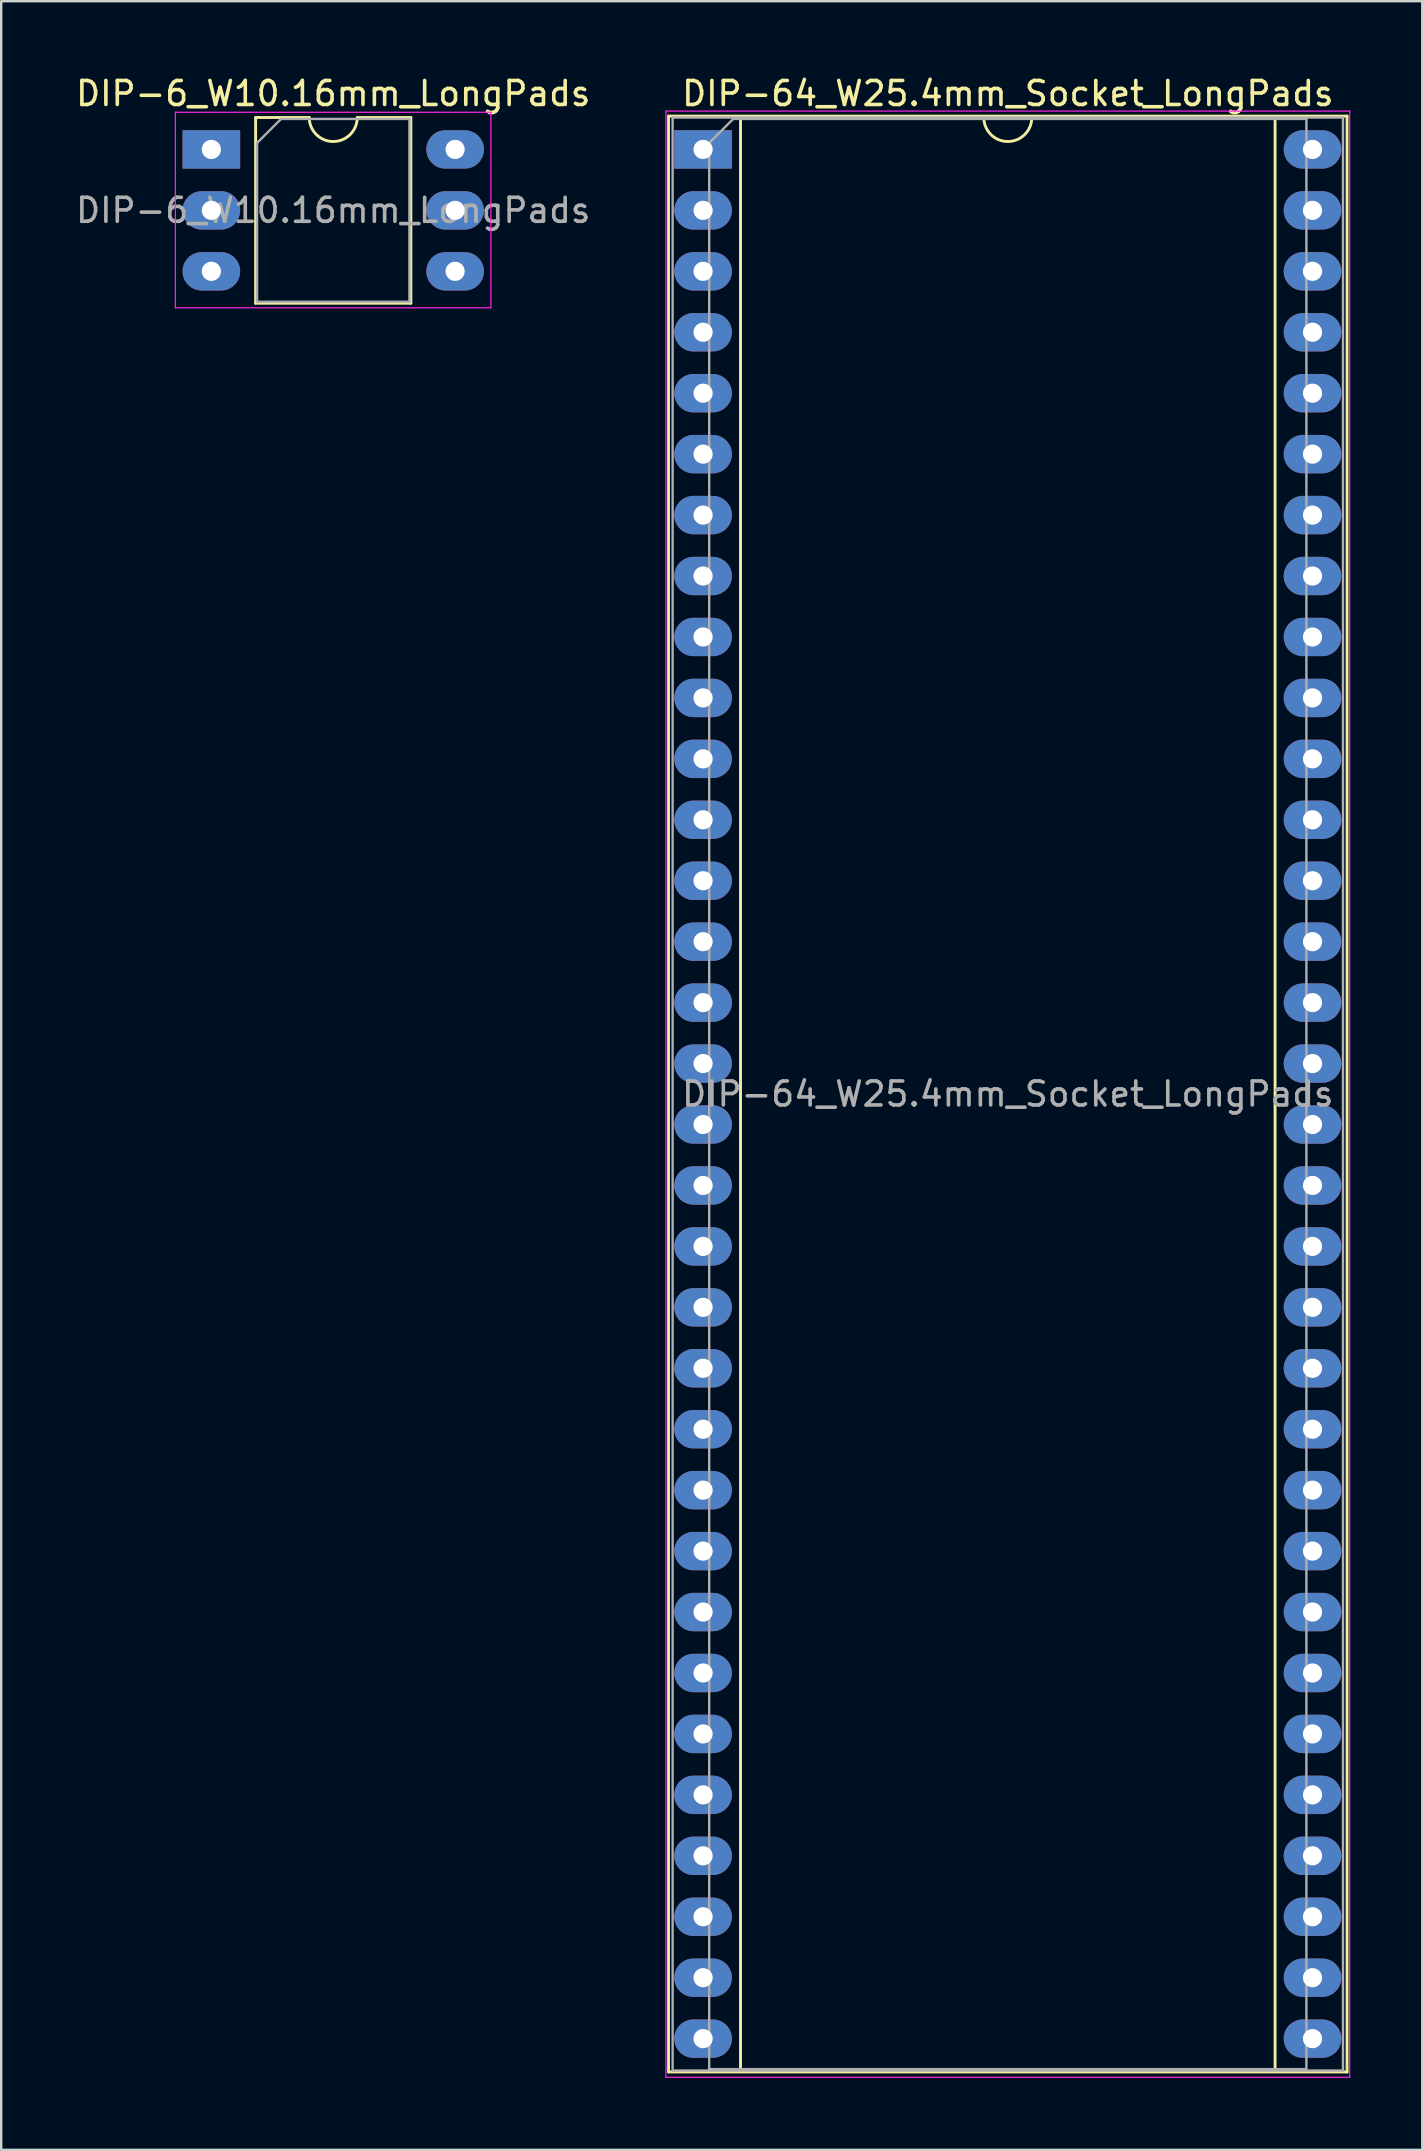
<source format=kicad_pcb>
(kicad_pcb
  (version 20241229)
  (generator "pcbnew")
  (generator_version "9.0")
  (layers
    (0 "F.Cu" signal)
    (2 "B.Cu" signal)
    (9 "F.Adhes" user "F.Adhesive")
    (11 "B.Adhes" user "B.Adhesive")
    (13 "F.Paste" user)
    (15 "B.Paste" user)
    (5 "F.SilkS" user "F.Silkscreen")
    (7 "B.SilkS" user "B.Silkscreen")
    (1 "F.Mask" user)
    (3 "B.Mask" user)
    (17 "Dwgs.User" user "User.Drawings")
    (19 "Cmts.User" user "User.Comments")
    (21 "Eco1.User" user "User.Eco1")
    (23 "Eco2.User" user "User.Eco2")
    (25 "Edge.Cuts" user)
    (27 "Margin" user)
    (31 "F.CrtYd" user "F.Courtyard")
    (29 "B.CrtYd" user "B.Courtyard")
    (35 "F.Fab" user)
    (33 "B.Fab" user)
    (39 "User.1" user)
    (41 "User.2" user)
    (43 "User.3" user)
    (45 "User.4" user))
  (footprint "DIP-6_W10.16mm_LongPads"
    (layer "F.Cu")
    (at 5.759 3.178)
    (property "Reference" "DIP-6_W10.16mm_LongPads" (at 5.08 -2.33 0) (layer "F.SilkS") (effects (font (size 1 1) (thickness 0.15))))
    (attr through_hole)
    (fp_line (start 1.845 -1.33) (end 1.845 6.41) (stroke (width 0.12) (type solid)) (layer "F.SilkS"))
    (fp_line (start 1.845 6.41) (end 8.315 6.41) (stroke (width 0.12) (type solid)) (layer "F.SilkS"))
    (fp_line (start 4.08 -1.33) (end 1.845 -1.33) (stroke (width 0.12) (type solid)) (layer "F.SilkS"))
    (fp_line (start 8.315 -1.33) (end 6.08 -1.33) (stroke (width 0.12) (type solid)) (layer "F.SilkS"))
    (fp_line (start 8.315 6.41) (end 8.315 -1.33) (stroke (width 0.12) (type solid)) (layer "F.SilkS"))
    (fp_arc (start 6.08 -1.33) (mid 5.08 -0.33) (end 4.08 -1.33) (stroke (width 0.12) (type solid)) (layer "F.SilkS"))
    (fp_line (start -1.5 -1.55) (end -1.5 6.6) (stroke (width 0.05) (type solid)) (layer "F.CrtYd"))
    (fp_line (start -1.5 6.6) (end 11.65 6.6) (stroke (width 0.05) (type solid)) (layer "F.CrtYd"))
    (fp_line (start 11.65 -1.55) (end -1.5 -1.55) (stroke (width 0.05) (type solid)) (layer "F.CrtYd"))
    (fp_line (start 11.65 6.6) (end 11.65 -1.55) (stroke (width 0.05) (type solid)) (layer "F.CrtYd"))
    (fp_line (start 1.905 -0.27) (end 2.905 -1.27) (stroke (width 0.1) (type solid)) (layer "F.Fab"))
    (fp_line (start 1.905 6.35) (end 1.905 -0.27) (stroke (width 0.1) (type solid)) (layer "F.Fab"))
    (fp_line (start 2.905 -1.27) (end 8.255 -1.27) (stroke (width 0.1) (type solid)) (layer "F.Fab"))
    (fp_line (start 8.255 -1.27) (end 8.255 6.35) (stroke (width 0.1) (type solid)) (layer "F.Fab"))
    (fp_line (start 8.255 6.35) (end 1.905 6.35) (stroke (width 0.1) (type solid)) (layer "F.Fab"))
    (fp_text user "${REFERENCE}" (at 5.08 2.54 0) (layer "F.Fab") (effects (font (size 1 1) (thickness 0.15))))
    (pad "1" thru_hole rect (at 0 0) (size 2.4 1.6) (drill 0.8) (layers "*.Cu" "*.Mask"))
    (pad "2" thru_hole oval (at 0 2.54) (size 2.4 1.6) (drill 0.8) (layers "*.Cu" "*.Mask"))
    (pad "3" thru_hole oval (at 0 5.08) (size 2.4 1.6) (drill 0.8) (layers "*.Cu" "*.Mask"))
    (pad "4" thru_hole oval (at 10.16 5.08) (size 2.4 1.6) (drill 0.8) (layers "*.Cu" "*.Mask"))
    (pad "5" thru_hole oval (at 10.16 2.54) (size 2.4 1.6) (drill 0.8) (layers "*.Cu" "*.Mask"))
    (pad "6" thru_hole oval (at 10.16 0) (size 2.4 1.6) (drill 0.8) (layers "*.Cu" "*.Mask")))
  (footprint "DIP-64_W25.4mm_Socket_LongPads"
    (layer "F.Cu")
    (at 26.254 3.178)
    (property "Reference" "DIP-64_W25.4mm_Socket_LongPads" (at 12.7 -2.33 0) (layer "F.SilkS") (effects (font (size 1 1) (thickness 0.15))))
    (attr through_hole)
    (fp_line (start -1.44 -1.39) (end -1.44 80.13) (stroke (width 0.12) (type solid)) (layer "F.SilkS"))
    (fp_line (start -1.44 80.13) (end 26.84 80.13) (stroke (width 0.12) (type solid)) (layer "F.SilkS"))
    (fp_line (start 1.56 -1.33) (end 1.56 80.07) (stroke (width 0.12) (type solid)) (layer "F.SilkS"))
    (fp_line (start 1.56 80.07) (end 23.84 80.07) (stroke (width 0.12) (type solid)) (layer "F.SilkS"))
    (fp_line (start 11.7 -1.33) (end 1.56 -1.33) (stroke (width 0.12) (type solid)) (layer "F.SilkS"))
    (fp_line (start 23.84 -1.33) (end 13.7 -1.33) (stroke (width 0.12) (type solid)) (layer "F.SilkS"))
    (fp_line (start 23.84 80.07) (end 23.84 -1.33) (stroke (width 0.12) (type solid)) (layer "F.SilkS"))
    (fp_line (start 26.84 -1.39) (end -1.44 -1.39) (stroke (width 0.12) (type solid)) (layer "F.SilkS"))
    (fp_line (start 26.84 80.13) (end 26.84 -1.39) (stroke (width 0.12) (type solid)) (layer "F.SilkS"))
    (fp_arc (start 13.7 -1.33) (mid 12.7 -0.33) (end 11.7 -1.33) (stroke (width 0.12) (type solid)) (layer "F.SilkS"))
    (fp_line (start -1.55 -1.6) (end -1.55 80.35) (stroke (width 0.05) (type solid)) (layer "F.CrtYd"))
    (fp_line (start -1.55 80.35) (end 26.95 80.35) (stroke (width 0.05) (type solid)) (layer "F.CrtYd"))
    (fp_line (start 26.95 -1.6) (end -1.55 -1.6) (stroke (width 0.05) (type solid)) (layer "F.CrtYd"))
    (fp_line (start 26.95 80.35) (end 26.95 -1.6) (stroke (width 0.05) (type solid)) (layer "F.CrtYd"))
    (fp_line (start -1.27 -1.33) (end -1.27 80.07) (stroke (width 0.1) (type solid)) (layer "F.Fab"))
    (fp_line (start -1.27 80.07) (end 26.67 80.07) (stroke (width 0.1) (type solid)) (layer "F.Fab"))
    (fp_line (start 0.255 -0.27) (end 1.255 -1.27) (stroke (width 0.1) (type solid)) (layer "F.Fab"))
    (fp_line (start 0.255 80.01) (end 0.255 -0.27) (stroke (width 0.1) (type solid)) (layer "F.Fab"))
    (fp_line (start 1.255 -1.27) (end 25.145 -1.27) (stroke (width 0.1) (type solid)) (layer "F.Fab"))
    (fp_line (start 25.145 -1.27) (end 25.145 80.01) (stroke (width 0.1) (type solid)) (layer "F.Fab"))
    (fp_line (start 25.145 80.01) (end 0.255 80.01) (stroke (width 0.1) (type solid)) (layer "F.Fab"))
    (fp_line (start 26.67 -1.33) (end -1.27 -1.33) (stroke (width 0.1) (type solid)) (layer "F.Fab"))
    (fp_line (start 26.67 80.07) (end 26.67 -1.33) (stroke (width 0.1) (type solid)) (layer "F.Fab"))
    (fp_text user "${REFERENCE}" (at 12.7 39.37 0) (layer "F.Fab") (effects (font (size 1 1) (thickness 0.15))))
    (pad "1" thru_hole rect (at 0 0) (size 2.4 1.6) (drill 0.8) (layers "*.Cu" "*.Mask"))
    (pad "2" thru_hole oval (at 0 2.54) (size 2.4 1.6) (drill 0.8) (layers "*.Cu" "*.Mask"))
    (pad "3" thru_hole oval (at 0 5.08) (size 2.4 1.6) (drill 0.8) (layers "*.Cu" "*.Mask"))
    (pad "4" thru_hole oval (at 0 7.62) (size 2.4 1.6) (drill 0.8) (layers "*.Cu" "*.Mask"))
    (pad "5" thru_hole oval (at 0 10.16) (size 2.4 1.6) (drill 0.8) (layers "*.Cu" "*.Mask"))
    (pad "6" thru_hole oval (at 0 12.7) (size 2.4 1.6) (drill 0.8) (layers "*.Cu" "*.Mask"))
    (pad "7" thru_hole oval (at 0 15.24) (size 2.4 1.6) (drill 0.8) (layers "*.Cu" "*.Mask"))
    (pad "8" thru_hole oval (at 0 17.78) (size 2.4 1.6) (drill 0.8) (layers "*.Cu" "*.Mask"))
    (pad "9" thru_hole oval (at 0 20.32) (size 2.4 1.6) (drill 0.8) (layers "*.Cu" "*.Mask"))
    (pad "10" thru_hole oval (at 0 22.86) (size 2.4 1.6) (drill 0.8) (layers "*.Cu" "*.Mask"))
    (pad "11" thru_hole oval (at 0 25.4) (size 2.4 1.6) (drill 0.8) (layers "*.Cu" "*.Mask"))
    (pad "12" thru_hole oval (at 0 27.94) (size 2.4 1.6) (drill 0.8) (layers "*.Cu" "*.Mask"))
    (pad "13" thru_hole oval (at 0 30.48) (size 2.4 1.6) (drill 0.8) (layers "*.Cu" "*.Mask"))
    (pad "14" thru_hole oval (at 0 33.02) (size 2.4 1.6) (drill 0.8) (layers "*.Cu" "*.Mask"))
    (pad "15" thru_hole oval (at 0 35.56) (size 2.4 1.6) (drill 0.8) (layers "*.Cu" "*.Mask"))
    (pad "16" thru_hole oval (at 0 38.1) (size 2.4 1.6) (drill 0.8) (layers "*.Cu" "*.Mask"))
    (pad "17" thru_hole oval (at 0 40.64) (size 2.4 1.6) (drill 0.8) (layers "*.Cu" "*.Mask"))
    (pad "18" thru_hole oval (at 0 43.18) (size 2.4 1.6) (drill 0.8) (layers "*.Cu" "*.Mask"))
    (pad "19" thru_hole oval (at 0 45.72) (size 2.4 1.6) (drill 0.8) (layers "*.Cu" "*.Mask"))
    (pad "20" thru_hole oval (at 0 48.26) (size 2.4 1.6) (drill 0.8) (layers "*.Cu" "*.Mask"))
    (pad "21" thru_hole oval (at 0 50.8) (size 2.4 1.6) (drill 0.8) (layers "*.Cu" "*.Mask"))
    (pad "22" thru_hole oval (at 0 53.34) (size 2.4 1.6) (drill 0.8) (layers "*.Cu" "*.Mask"))
    (pad "23" thru_hole oval (at 0 55.88) (size 2.4 1.6) (drill 0.8) (layers "*.Cu" "*.Mask"))
    (pad "24" thru_hole oval (at 0 58.42) (size 2.4 1.6) (drill 0.8) (layers "*.Cu" "*.Mask"))
    (pad "25" thru_hole oval (at 0 60.96) (size 2.4 1.6) (drill 0.8) (layers "*.Cu" "*.Mask"))
    (pad "26" thru_hole oval (at 0 63.5) (size 2.4 1.6) (drill 0.8) (layers "*.Cu" "*.Mask"))
    (pad "27" thru_hole oval (at 0 66.04) (size 2.4 1.6) (drill 0.8) (layers "*.Cu" "*.Mask"))
    (pad "28" thru_hole oval (at 0 68.58) (size 2.4 1.6) (drill 0.8) (layers "*.Cu" "*.Mask"))
    (pad "29" thru_hole oval (at 0 71.12) (size 2.4 1.6) (drill 0.8) (layers "*.Cu" "*.Mask"))
    (pad "30" thru_hole oval (at 0 73.66) (size 2.4 1.6) (drill 0.8) (layers "*.Cu" "*.Mask"))
    (pad "31" thru_hole oval (at 0 76.2) (size 2.4 1.6) (drill 0.8) (layers "*.Cu" "*.Mask"))
    (pad "32" thru_hole oval (at 0 78.74) (size 2.4 1.6) (drill 0.8) (layers "*.Cu" "*.Mask"))
    (pad "33" thru_hole oval (at 25.4 78.74) (size 2.4 1.6) (drill 0.8) (layers "*.Cu" "*.Mask"))
    (pad "34" thru_hole oval (at 25.4 76.2) (size 2.4 1.6) (drill 0.8) (layers "*.Cu" "*.Mask"))
    (pad "35" thru_hole oval (at 25.4 73.66) (size 2.4 1.6) (drill 0.8) (layers "*.Cu" "*.Mask"))
    (pad "36" thru_hole oval (at 25.4 71.12) (size 2.4 1.6) (drill 0.8) (layers "*.Cu" "*.Mask"))
    (pad "37" thru_hole oval (at 25.4 68.58) (size 2.4 1.6) (drill 0.8) (layers "*.Cu" "*.Mask"))
    (pad "38" thru_hole oval (at 25.4 66.04) (size 2.4 1.6) (drill 0.8) (layers "*.Cu" "*.Mask"))
    (pad "39" thru_hole oval (at 25.4 63.5) (size 2.4 1.6) (drill 0.8) (layers "*.Cu" "*.Mask"))
    (pad "40" thru_hole oval (at 25.4 60.96) (size 2.4 1.6) (drill 0.8) (layers "*.Cu" "*.Mask"))
    (pad "41" thru_hole oval (at 25.4 58.42) (size 2.4 1.6) (drill 0.8) (layers "*.Cu" "*.Mask"))
    (pad "42" thru_hole oval (at 25.4 55.88) (size 2.4 1.6) (drill 0.8) (layers "*.Cu" "*.Mask"))
    (pad "43" thru_hole oval (at 25.4 53.34) (size 2.4 1.6) (drill 0.8) (layers "*.Cu" "*.Mask"))
    (pad "44" thru_hole oval (at 25.4 50.8) (size 2.4 1.6) (drill 0.8) (layers "*.Cu" "*.Mask"))
    (pad "45" thru_hole oval (at 25.4 48.26) (size 2.4 1.6) (drill 0.8) (layers "*.Cu" "*.Mask"))
    (pad "46" thru_hole oval (at 25.4 45.72) (size 2.4 1.6) (drill 0.8) (layers "*.Cu" "*.Mask"))
    (pad "47" thru_hole oval (at 25.4 43.18) (size 2.4 1.6) (drill 0.8) (layers "*.Cu" "*.Mask"))
    (pad "48" thru_hole oval (at 25.4 40.64) (size 2.4 1.6) (drill 0.8) (layers "*.Cu" "*.Mask"))
    (pad "49" thru_hole oval (at 25.4 38.1) (size 2.4 1.6) (drill 0.8) (layers "*.Cu" "*.Mask"))
    (pad "50" thru_hole oval (at 25.4 35.56) (size 2.4 1.6) (drill 0.8) (layers "*.Cu" "*.Mask"))
    (pad "51" thru_hole oval (at 25.4 33.02) (size 2.4 1.6) (drill 0.8) (layers "*.Cu" "*.Mask"))
    (pad "52" thru_hole oval (at 25.4 30.48) (size 2.4 1.6) (drill 0.8) (layers "*.Cu" "*.Mask"))
    (pad "53" thru_hole oval (at 25.4 27.94) (size 2.4 1.6) (drill 0.8) (layers "*.Cu" "*.Mask"))
    (pad "54" thru_hole oval (at 25.4 25.4) (size 2.4 1.6) (drill 0.8) (layers "*.Cu" "*.Mask"))
    (pad "55" thru_hole oval (at 25.4 22.86) (size 2.4 1.6) (drill 0.8) (layers "*.Cu" "*.Mask"))
    (pad "56" thru_hole oval (at 25.4 20.32) (size 2.4 1.6) (drill 0.8) (layers "*.Cu" "*.Mask"))
    (pad "57" thru_hole oval (at 25.4 17.78) (size 2.4 1.6) (drill 0.8) (layers "*.Cu" "*.Mask"))
    (pad "58" thru_hole oval (at 25.4 15.24) (size 2.4 1.6) (drill 0.8) (layers "*.Cu" "*.Mask"))
    (pad "59" thru_hole oval (at 25.4 12.7) (size 2.4 1.6) (drill 0.8) (layers "*.Cu" "*.Mask"))
    (pad "60" thru_hole oval (at 25.4 10.16) (size 2.4 1.6) (drill 0.8) (layers "*.Cu" "*.Mask"))
    (pad "61" thru_hole oval (at 25.4 7.62) (size 2.4 1.6) (drill 0.8) (layers "*.Cu" "*.Mask"))
    (pad "62" thru_hole oval (at 25.4 5.08) (size 2.4 1.6) (drill 0.8) (layers "*.Cu" "*.Mask"))
    (pad "63" thru_hole oval (at 25.4 2.54) (size 2.4 1.6) (drill 0.8) (layers "*.Cu" "*.Mask"))
    (pad "64" thru_hole oval (at 25.4 0) (size 2.4 1.6) (drill 0.8) (layers "*.Cu" "*.Mask")))
  (gr_rect
    (start -3 -3)
    (end 56.229 86.553)
    (stroke (width 0.1) (type default))
    (fill no)
    (layer "Edge.Cuts")))
</source>
